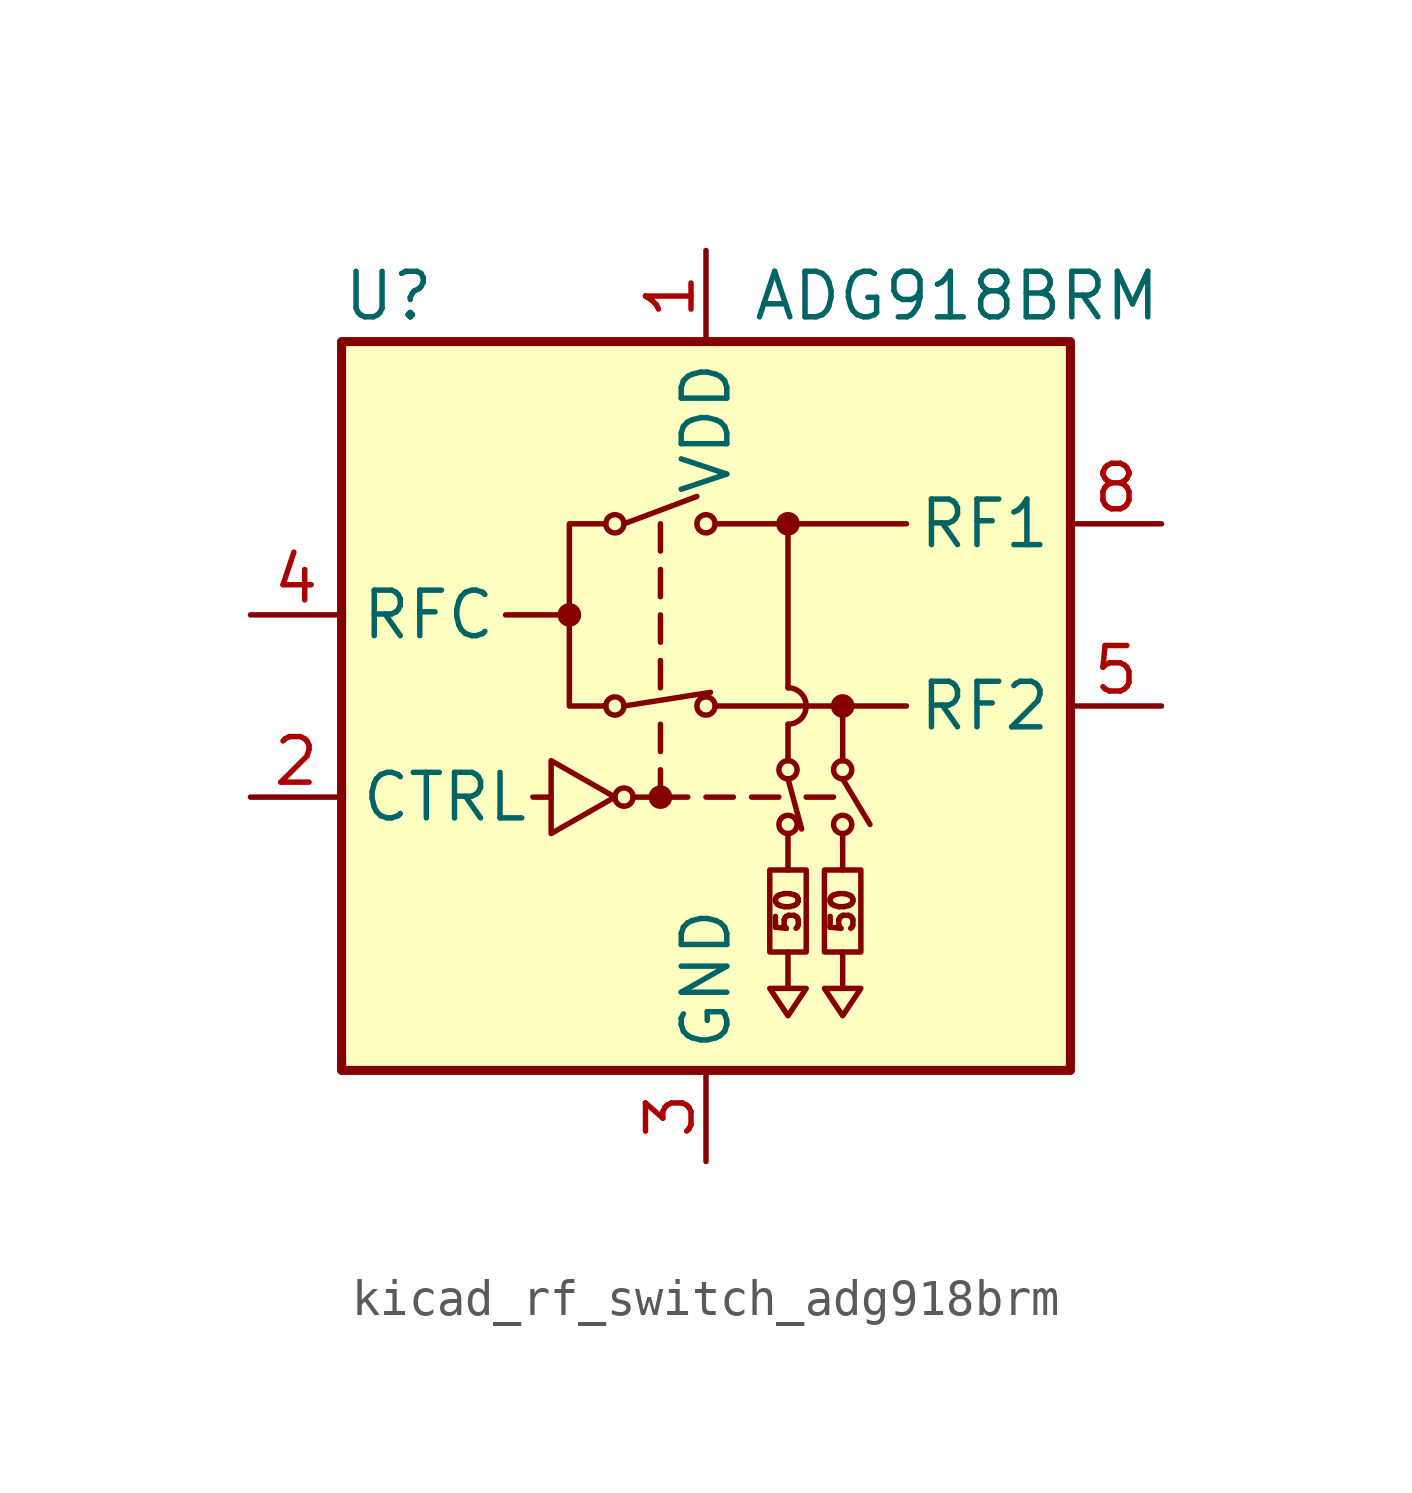
<source format=kicad_sym>
(kicad_symbol_lib
  (version 20220914)
  (generator kicad_symbol_editor)
  (symbol "kicad_rf_switch_adg918brm"
    (property "Reference" "U"
      (at -10.16 11.43 0)
      (effects (font (size 1.27 1.27)) (justify left)))
    (property "Value" "ADG918BRM"
      (at 1.27 11.43 0)
      (effects (font (size 1.27 1.27)) (justify left)))
    (symbol "kicad_rf_switch_adg918brm_0_0"
      (rectangle (start -10.16 10.16) (end 10.16 -10.16) (stroke (width 0.254) (type default)) (fill (type background)))
      (circle (center -3.81 2.54) (radius 0.254) (stroke (width 0) (type default)) (fill (type outline)))
      (circle (center -2.286 -2.54) (radius 0.254) (stroke (width 0) (type default)) (fill (type none)))
      (circle (center -1.27 -2.54) (radius 0.254) (stroke (width 0) (type default)) (fill (type outline)))
      (polyline (pts (xy -4.318 -2.54) (xy -4.826 -2.54)) (stroke (width 0) (type default)) (fill (type none)))
      (polyline (pts (xy -3.81 2.54) (xy -5.588 2.54)) (stroke (width 0) (type default)) (fill (type none)))
      (polyline (pts (xy -1.27 -2.54) (xy -1.27 -1.778)) (stroke (width 0) (type default)) (fill (type none)))
      (polyline (pts (xy -1.27 -1.27) (xy -1.27 -0.508)) (stroke (width 0) (type default)) (fill (type none)))
      (polyline (pts (xy -1.27 1.27) (xy -1.27 0.508)) (stroke (width 0) (type default)) (fill (type none)))
      (polyline (pts (xy -1.27 2.54) (xy -1.27 1.778)) (stroke (width 0) (type default)) (fill (type none)))
      (polyline (pts (xy -1.27 3.81) (xy -1.27 3.048)) (stroke (width 0) (type default)) (fill (type none)))
      (polyline (pts (xy -1.27 5.08) (xy -1.27 4.318)) (stroke (width 0) (type default)) (fill (type none)))
      (polyline (pts (xy -0.508 -2.54) (xy -2.032 -2.54)) (stroke (width 0) (type default)) (fill (type none)))
      (polyline (pts (xy 0 -2.54) (xy 0.762 -2.54)) (stroke (width 0) (type default)) (fill (type none)))
      (polyline (pts (xy 0.254 0) (xy 5.588 0)) (stroke (width 0) (type default)) (fill (type none)))
      (polyline (pts (xy 0.254 5.08) (xy 5.588 5.08)) (stroke (width 0) (type default)) (fill (type none)))
      (polyline (pts (xy 2.032 -2.54) (xy 1.27 -2.54)) (stroke (width 0) (type default)) (fill (type none)))
      (polyline (pts (xy 2.286 0.508) (xy 2.286 5.08)) (stroke (width 0) (type default)) (fill (type none)))
      (polyline (pts (xy 3.556 -2.54) (xy 2.794 -2.54)) (stroke (width 0) (type default)) (fill (type none)))
      (polyline (pts (xy -4.318 -1.524) (xy -4.318 -3.556) (xy -2.54 -2.54) (xy -4.318 -1.524)) (stroke (width 0) (type default)) (fill (type none)))
      (polyline (pts (xy -2.794 0) (xy -3.81 0) (xy -3.81 5.08) (xy -2.794 5.08)) (stroke (width 0) (type default)) (fill (type none)))
      (arc (start 2.286 -0.508) (mid 2.7918 0) (end 2.286 0.508) (stroke (width 0) (type default)) (fill (type none)))
      (text "50" (at 2.286 -5.715 900) (effects (font (size 0.635 0.635))))
      (text "50" (at 3.81 -5.715 900) (effects (font (size 0.635 0.635)))))
    (symbol "kicad_rf_switch_adg918brm_0_1"
      (circle (center -2.54 0) (radius 0.254) (stroke (width 0) (type default)) (fill (type none)))
      (circle (center -2.54 5.08) (radius 0.254) (stroke (width 0) (type default)) (fill (type none)))
      (polyline (pts (xy -2.286 0) (xy 0.127 0.381)) (stroke (width 0) (type default)) (fill (type none)))
      (polyline (pts (xy -2.286 5.08) (xy -0.254 5.842)) (stroke (width 0) (type default)) (fill (type none)))
      (polyline (pts (xy 2.286 -3.556) (xy 2.286 -4.572)) (stroke (width 0) (type default)) (fill (type none)))
      (polyline (pts (xy 2.286 -2.032) (xy 2.667 -3.429)) (stroke (width 0) (type default)) (fill (type none)))
      (polyline (pts (xy 2.286 -0.508) (xy 2.286 -1.524)) (stroke (width 0) (type default)) (fill (type none)))
      (polyline (pts (xy 3.81 -3.556) (xy 3.81 -4.572)) (stroke (width 0) (type default)) (fill (type none)))
      (polyline (pts (xy 3.81 -2.032) (xy 4.572 -3.302)) (stroke (width 0) (type default)) (fill (type none)))
      (polyline (pts (xy 3.81 0) (xy 3.81 -1.524)) (stroke (width 0) (type default)) (fill (type none)))
      (polyline (pts (xy 2.286 -6.858) (xy 2.286 -7.874) (xy 1.778 -7.874) (xy 2.286 -8.636) (xy 2.794 -7.874) (xy 2.286 -7.874)) (stroke (width 0) (type default)) (fill (type none)))
      (polyline (pts (xy 3.81 -6.858) (xy 3.81 -7.874) (xy 3.302 -7.874) (xy 3.81 -8.636) (xy 4.318 -7.874) (xy 3.81 -7.874)) (stroke (width 0) (type default)) (fill (type none)))
      (circle (center 0 0) (radius 0.254) (stroke (width 0) (type default)) (fill (type none)))
      (circle (center 0 5.08) (radius 0.254) (stroke (width 0) (type default)) (fill (type none)))
      (rectangle (start 1.778 -4.572) (end 2.794 -6.858) (stroke (width 0) (type default)) (fill (type none)))
      (circle (center 2.286 -3.302) (radius 0.254) (stroke (width 0) (type default)) (fill (type none)))
      (circle (center 2.286 -1.778) (radius 0.254) (stroke (width 0) (type default)) (fill (type none)))
      (circle (center 2.286 5.08) (radius 0.254) (stroke (width 0) (type default)) (fill (type outline)))
      (rectangle (start 3.302 -4.572) (end 4.318 -6.858) (stroke (width 0) (type default)) (fill (type none)))
      (circle (center 3.81 -3.302) (radius 0.254) (stroke (width 0) (type default)) (fill (type none)))
      (circle (center 3.81 -1.778) (radius 0.254) (stroke (width 0) (type default)) (fill (type none)))
      (circle (center 3.81 0) (radius 0.254) (stroke (width 0) (type default)) (fill (type outline))))
    (symbol "kicad_rf_switch_adg918brm_1_1"
      (pin power_in line (at 0 12.7 270) (length 2.54) (name "VDD" (effects (font (size 1.27 1.27)))) (number "1" (effects (font (size 1.27 1.27)))))
      (pin input line (at -12.7 -2.54 0) (length 2.54) (name "CTRL" (effects (font (size 1.27 1.27)))) (number "2" (effects (font (size 1.27 1.27)))))
      (pin power_in line (at 0 -12.7 90) (length 2.54) (name "GND" (effects (font (size 1.27 1.27)))) (number "3" (effects (font (size 1.27 1.27)))))
      (pin passive line (at -12.7 2.54 0) (length 2.54) (name "RFC" (effects (font (size 1.27 1.27)))) (number "4" (effects (font (size 1.27 1.27)))))
      (pin passive line (at 12.7 0 180) (length 2.54) (name "RF2" (effects (font (size 1.27 1.27)))) (number "5" (effects (font (size 1.27 1.27)))))
      (pin passive line (at 0 -12.7 90) (length 2.54) hide (name "GND" (effects (font (size 1.27 1.27)))) (number "6" (effects (font (size 1.27 1.27)))))
      (pin passive line (at 0 -12.7 90) (length 2.54) hide (name "GND" (effects (font (size 1.27 1.27)))) (number "7" (effects (font (size 1.27 1.27)))))
      (pin passive line (at 12.7 5.08 180) (length 2.54) (name "RF1" (effects (font (size 1.27 1.27)))) (number "8" (effects (font (size 1.27 1.27))))))))
</source>
